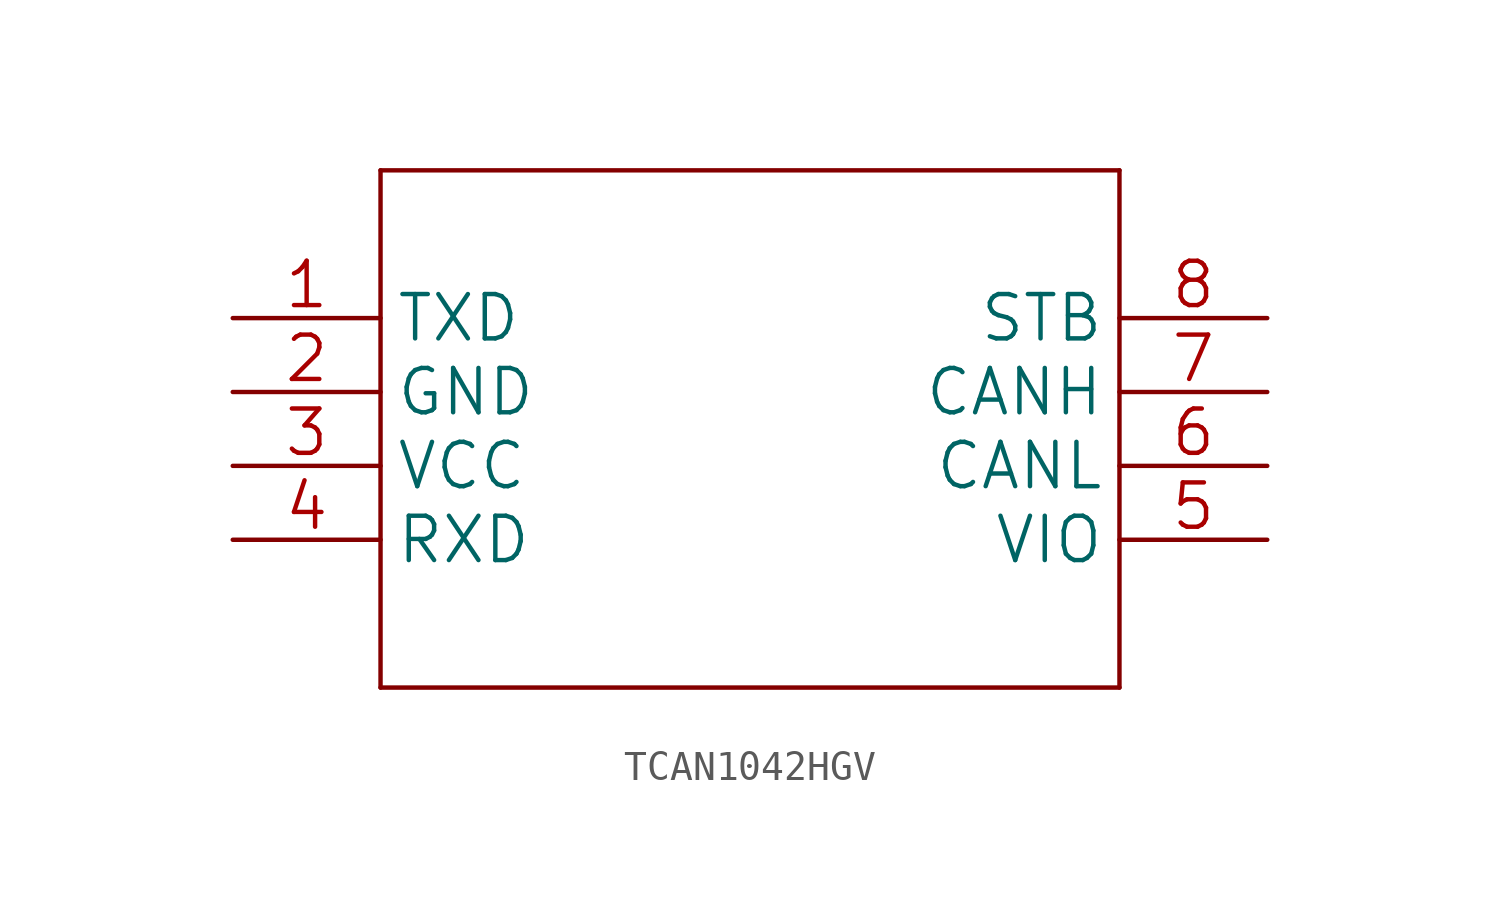
<source format=kicad_sym>
(kicad_symbol_lib
  (version 20241209)
  (generator "kicad_symbol_editor")
  (generator_version "9.0")
  (symbol "TCAN1042HGV"
    (property "Reference" ""
      (at -4.724 11.659 0)
      (effects (font (size 2.083 1.77)) (justify left bottom) (hide yes)))
    (property "ki_locked" ""
      (at 0 0 0)
      (effects (font (size 1.27 1.27))))
    (symbol "TCAN1042HGV_1_0"
      (polyline (pts (xy -12.7 7.62) (xy -12.7 -10.16)) (stroke (width 0.152) (type solid)) (fill (type none)))
      (polyline (pts (xy -12.7 -10.16) (xy 12.7 -10.16)) (stroke (width 0.152) (type solid)) (fill (type none)))
      (polyline (pts (xy 12.7 7.62) (xy -12.7 7.62)) (stroke (width 0.152) (type solid)) (fill (type none)))
      (polyline (pts (xy 12.7 -10.16) (xy 12.7 7.62)) (stroke (width 0.152) (type solid)) (fill (type none)))
      (pin input line (at -17.78 2.54 0) (length 5.08) (name "TXD" (effects (font (size 1.524 1.524)))) (number "1" (effects (font (size 1.524 1.524)))))
      (pin power_in line (at -17.78 0 0) (length 5.08) (name "GND" (effects (font (size 1.524 1.524)))) (number "2" (effects (font (size 1.524 1.524)))))
      (pin power_in line (at -17.78 -2.54 0) (length 5.08) (name "VCC" (effects (font (size 1.524 1.524)))) (number "3" (effects (font (size 1.524 1.524)))))
      (pin output line (at -17.78 -5.08 0) (length 5.08) (name "RXD" (effects (font (size 1.524 1.524)))) (number "4" (effects (font (size 1.524 1.524)))))
      (pin input line (at 17.78 2.54 180) (length 5.08) (name "STB" (effects (font (size 1.524 1.524)))) (number "8" (effects (font (size 1.524 1.524)))))
      (pin bidirectional line (at 17.78 0 180) (length 5.08) (name "CANH" (effects (font (size 1.524 1.524)))) (number "7" (effects (font (size 1.524 1.524)))))
      (pin bidirectional line (at 17.78 -2.54 180) (length 5.08) (name "CANL" (effects (font (size 1.524 1.524)))) (number "6" (effects (font (size 1.524 1.524)))))
      (pin input line (at 17.78 -5.08 180) (length 5.08) (name "VIO" (effects (font (size 1.524 1.524)))) (number "5" (effects (font (size 1.524 1.524))))))))
</source>
